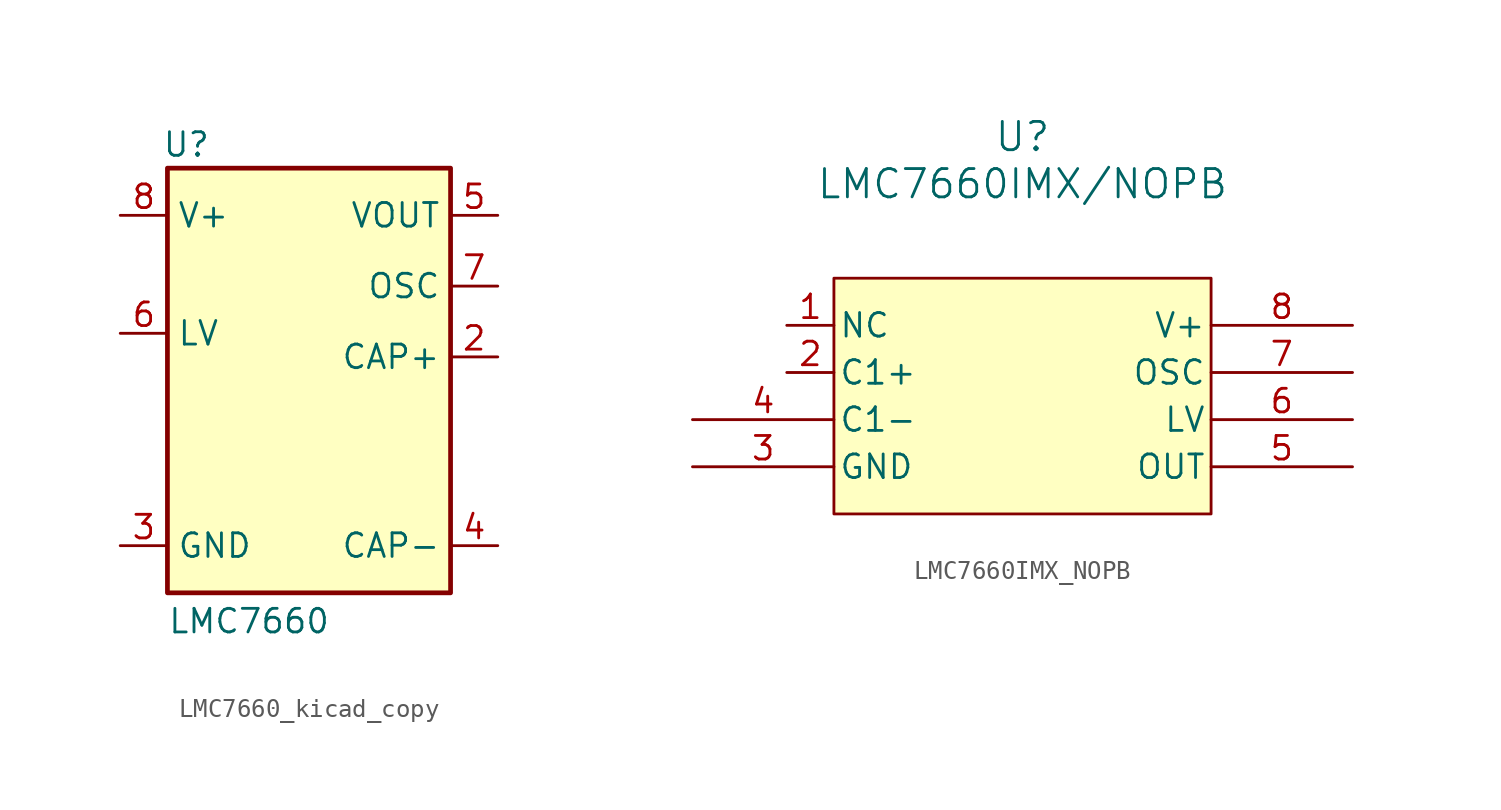
<source format=kicad_sym>
(kicad_symbol_lib
  (version 20241209)
  (generator "kicad_symbol_editor")
  (generator_version "9.0")
  (symbol "LMC7660_kicad_copy"
    (property "Reference" "U"
      (at -6.604 11.43 0)
      (effects (font (size 1.27 1.27))))
    (property "Value" "LMC7660"
      (at -7.62 -14.224 0)
      (effects (font (size 1.27 1.27)) (justify left)))
    (symbol "LMC7660_kicad_copy_0_1"
      (rectangle (start -7.62 10.16) (end 7.62 -12.7) (stroke (width 0.254) (type default)) (fill (type background))))
    (symbol "LMC7660_kicad_copy_1_1"
      (pin power_in line (at -10.16 7.62 0) (length 2.54) (name "V+" (effects (font (size 1.27 1.27)))) (number "8" (effects (font (size 1.27 1.27)))))
      (pin input line (at -10.16 1.27 0) (length 2.54) (name "LV" (effects (font (size 1.27 1.27)))) (number "6" (effects (font (size 1.27 1.27)))))
      (pin power_in line (at -10.16 -10.16 0) (length 2.54) (name "GND" (effects (font (size 1.27 1.27)))) (number "3" (effects (font (size 1.27 1.27)))))
      (pin no_connect line (at -7.62 5.08 0) (length 2.54) (hide yes) (name "NC" (effects (font (size 1.27 1.27)))) (number "1" (effects (font (size 1.27 1.27)))))
      (pin power_out line (at 10.16 7.62 180) (length 2.54) (name "VOUT" (effects (font (size 1.27 1.27)))) (number "5" (effects (font (size 1.27 1.27)))))
      (pin input line (at 10.16 3.81 180) (length 2.54) (name "OSC" (effects (font (size 1.27 1.27)))) (number "7" (effects (font (size 1.27 1.27)))))
      (pin input line (at 10.16 0 180) (length 2.54) (name "CAP+" (effects (font (size 1.27 1.27)))) (number "2" (effects (font (size 1.27 1.27)))))
      (pin input line (at 10.16 -10.16 180) (length 2.54) (name "CAP-" (effects (font (size 1.27 1.27)))) (number "4" (effects (font (size 1.27 1.27)))))))
  (symbol "LMC7660IMX_NOPB"
    (pin_names
      (offset 0.254))
    (property "Reference" "U"
      (at 27.94 10.16 0)
      (effects (font (size 1.524 1.524))))
    (property "Value" "LMC7660IMX/NOPB"
      (at 27.94 7.62 0)
      (effects (font (size 1.524 1.524))))
    (property "ki_locked" ""
      (at 0 0 0)
      (effects (font (size 1.27 1.27))))
    (symbol "LMC7660IMX_NOPB_0_1"
      (pin input line (at 10.16 -5.08 0) (length 7.62) (name "C1-" (effects (font (size 1.27 1.27)))) (number "4" (effects (font (size 1.27 1.27)))))
      (pin power_in line (at 10.16 -7.62 0) (length 7.62) (name "GND" (effects (font (size 1.27 1.27)))) (number "3" (effects (font (size 1.27 1.27)))))
      (pin power_in line (at 45.72 0 180) (length 7.62) (name "V+" (effects (font (size 1.27 1.27)))) (number "8" (effects (font (size 1.27 1.27)))))
      (pin input line (at 45.72 -2.54 180) (length 7.62) (name "OSC" (effects (font (size 1.27 1.27)))) (number "7" (effects (font (size 1.27 1.27)))))
      (pin input line (at 45.72 -5.08 180) (length 7.62) (name "LV" (effects (font (size 1.27 1.27)))) (number "6" (effects (font (size 1.27 1.27)))))
      (pin power_in line (at 45.72 -7.62 180) (length 7.62) (name "OUT" (effects (font (size 1.27 1.27)))) (number "5" (effects (font (size 1.27 1.27))))))
    (symbol "LMC7660IMX_NOPB_1_1"
      (rectangle (start 17.78 2.54) (end 38.1 -10.16) (stroke (width 0) (type solid)) (fill (type color) (color 255 255 194 1)))
      (pin passive line (at 15.24 0 0) (length 2.54) (name "NC" (effects (font (size 1.27 1.27)))) (number "1" (effects (font (size 1.27 1.27)))))
      (pin input line (at 15.24 -2.54 0) (length 2.54) (name "C1+" (effects (font (size 1.27 1.27)))) (number "2" (effects (font (size 1.27 1.27))))))))
</source>
